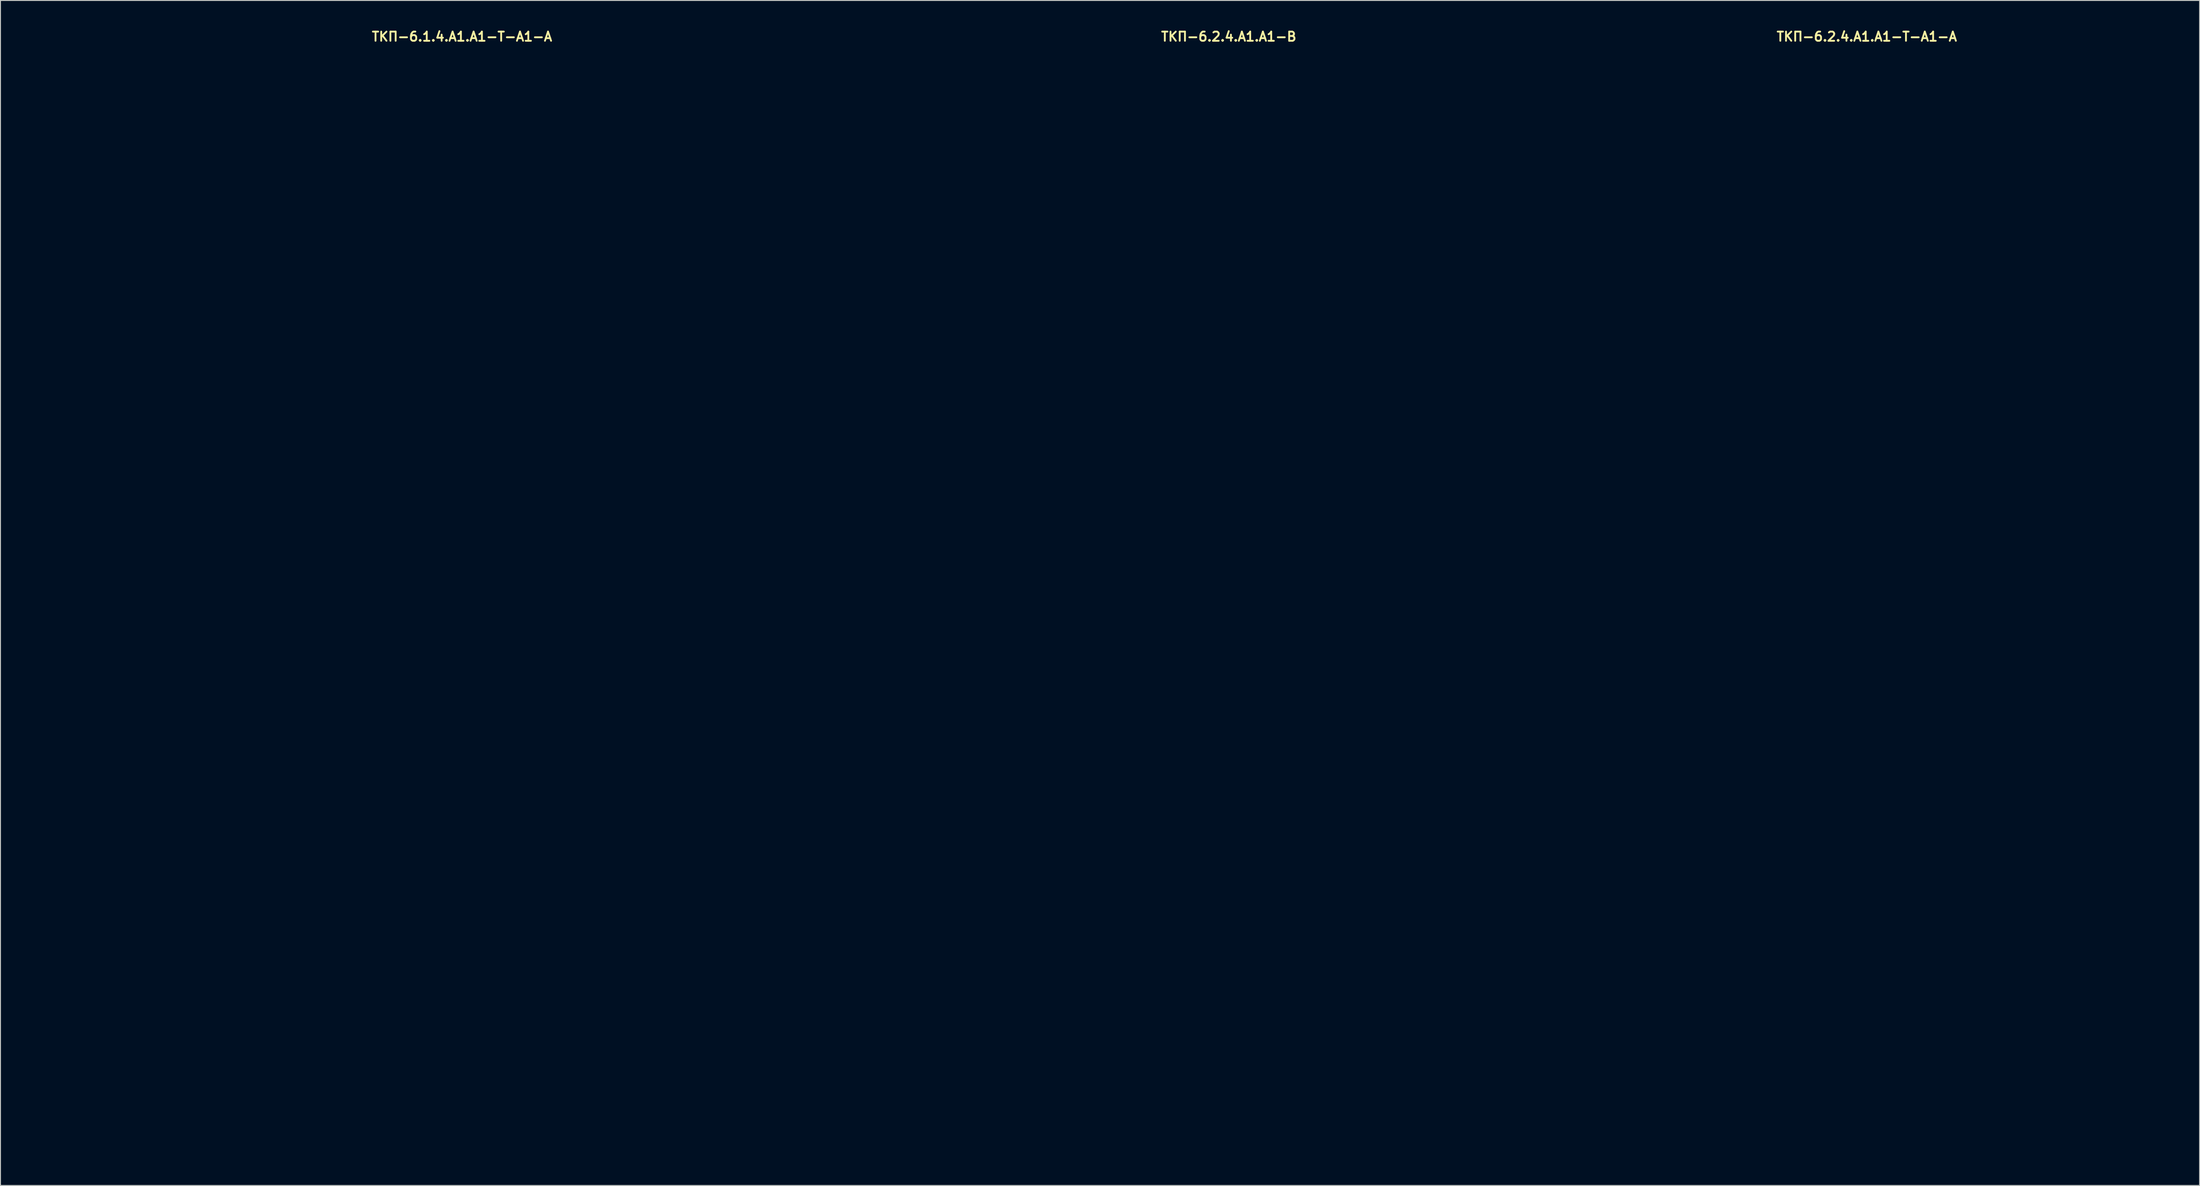
<source format=kicad_pcb>
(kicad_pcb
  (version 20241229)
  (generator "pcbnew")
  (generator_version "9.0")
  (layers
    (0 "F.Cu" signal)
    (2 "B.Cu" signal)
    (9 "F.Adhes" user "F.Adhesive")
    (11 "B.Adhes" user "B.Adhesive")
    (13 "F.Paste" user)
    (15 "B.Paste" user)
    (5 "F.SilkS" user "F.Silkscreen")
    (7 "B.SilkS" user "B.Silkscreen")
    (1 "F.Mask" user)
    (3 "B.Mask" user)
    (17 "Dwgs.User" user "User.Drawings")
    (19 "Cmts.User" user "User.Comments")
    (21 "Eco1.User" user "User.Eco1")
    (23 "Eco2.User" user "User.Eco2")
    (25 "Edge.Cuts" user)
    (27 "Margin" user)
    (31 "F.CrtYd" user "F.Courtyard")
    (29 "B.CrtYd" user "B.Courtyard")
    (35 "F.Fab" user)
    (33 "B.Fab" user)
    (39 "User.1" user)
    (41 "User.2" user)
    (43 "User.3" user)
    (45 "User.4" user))
  (footprint "ТКП-6.2.4.A1.A1-T-A1-A"
    (layer "F.Cu")
    (at 200 62.277)
    (property "Reference" "ТКП-6.2.4.A1.A1-T-A1-A" (at 0 -61.341 0) (layer "F.SilkS") (effects (font (size 1 1) (thickness 0.2))))
    (attr through_hole)
    (fp_line (start -33 -57.4) (end -33 57.4) (stroke (width 0.4) (type solid)) (layer "Eco1.User"))
    (fp_line (start -29.9 -60.5) (end 29.9 -60.5) (stroke (width 0.4) (type solid)) (layer "Eco1.User"))
    (fp_line (start -29.9 60.5) (end 29.9 60.5) (stroke (width 0.4) (type solid)) (layer "Eco1.User"))
    (fp_line (start 33 -57.4) (end 33 57.4) (stroke (width 0.4) (type solid)) (layer "Eco1.User"))
    (fp_arc (start -33 -57.4) (mid -32.092031 -59.592031) (end -29.9 -60.5) (stroke (width 0.4) (type solid)) (layer "Eco1.User"))
    (fp_arc (start -29.9 60.5) (mid -32.092031 59.592031) (end -33 57.4) (stroke (width 0.4) (type solid)) (layer "Eco1.User"))
    (fp_arc (start 29.9 -60.5) (mid 32.092031 -59.592031) (end 33 -57.4) (stroke (width 0.4) (type solid)) (layer "Eco1.User"))
    (fp_arc (start 33 57.4) (mid 32.092031 59.592031) (end 29.9 60.5) (stroke (width 0.4) (type solid)) (layer "Eco1.User"))
    (fp_circle (center -24.57 -52.07) (end -23.07 -52.07) (stroke (width 0.4) (type solid)) (fill no) (layer "Eco1.User"))
    (fp_circle (center -24.57 -52.07) (end -21.07 -52.07) (stroke (width 0.4) (type solid)) (fill no) (layer "Eco1.User"))
    (fp_circle (center -24.57 52.07) (end -23.07 52.07) (stroke (width 0.4) (type solid)) (fill no) (layer "Eco1.User"))
    (fp_circle (center -24.57 52.07) (end -21.07 52.07) (stroke (width 0.4) (type solid)) (fill no) (layer "Eco1.User"))
    (fp_circle (center -15.24 -31.55) (end -11.64 -31.55) (stroke (width 0.4) (type solid)) (fill no) (layer "Eco1.User"))
    (fp_circle (center -15.24 -31.55) (end -5.74 -31.55) (stroke (width 0.4) (type solid)) (fill no) (layer "Eco1.User"))
    (fp_circle (center -7.62 -1.27) (end -6.12 -1.27) (stroke (width 0.4) (type solid)) (fill no) (layer "Eco1.User"))
    (fp_circle (center -7.62 -1.27) (end -4.12 -1.27) (stroke (width 0.4) (type solid)) (fill no) (layer "Eco1.User"))
    (fp_circle (center 0 -1.27) (end 3 -1.27) (stroke (width 0.4) (type solid)) (fill no) (layer "Eco1.User"))
    (fp_circle (center 0 35.56) (end 6 35.56) (stroke (width 0.4) (type solid)) (fill no) (layer "Eco1.User"))
    (fp_circle (center 0 35.56) (end 9.75 35.56) (stroke (width 0.4) (type solid)) (fill no) (layer "Eco1.User"))
    (fp_circle (center 0 52.07) (end 2.65 52.07) (stroke (width 0.4) (type solid)) (fill no) (layer "Eco1.User"))
    (fp_circle (center 7.62 -1.27) (end 9.12 -1.27) (stroke (width 0.4) (type solid)) (fill no) (layer "Eco1.User"))
    (fp_circle (center 7.62 -1.27) (end 11.12 -1.27) (stroke (width 0.4) (type solid)) (fill no) (layer "Eco1.User"))
    (fp_circle (center 15.24 -31.55) (end 18.84 -31.55) (stroke (width 0.4) (type solid)) (fill no) (layer "Eco1.User"))
    (fp_circle (center 15.24 -31.55) (end 24.74 -31.55) (stroke (width 0.4) (type solid)) (fill no) (layer "Eco1.User"))
    (fp_circle (center 24.57 -52.07) (end 26.07 -52.07) (stroke (width 0.4) (type solid)) (fill no) (layer "Eco1.User"))
    (fp_circle (center 24.57 -52.07) (end 28.07 -52.07) (stroke (width 0.4) (type solid)) (fill no) (layer "Eco1.User"))
    (fp_circle (center 24.57 52.07) (end 26.07 52.07) (stroke (width 0.4) (type solid)) (fill no) (layer "Eco1.User"))
    (fp_circle (center 24.57 52.07) (end 28.07 52.07) (stroke (width 0.4) (type solid)) (fill no) (layer "Eco1.User")))
  (footprint "ТКП-6.2.4.A1.A1-B"
    (layer "F.Cu")
    (at 130.6 62.277)
    (property "Reference" "ТКП-6.2.4.A1.A1-B" (at 0 -61.341 0) (layer "F.SilkS") (effects (font (size 1 1) (thickness 0.2))))
    (attr through_hole)
    (fp_line (start -33 -57.4) (end -33 57.4) (stroke (width 0.4) (type solid)) (layer "Eco1.User"))
    (fp_line (start -29.9 -60.5) (end 29.9 -60.5) (stroke (width 0.4) (type solid)) (layer "Eco1.User"))
    (fp_line (start -29.9 60.5) (end 29.9 60.5) (stroke (width 0.4) (type solid)) (layer "Eco1.User"))
    (fp_line (start 33 -57.4) (end 33 57.4) (stroke (width 0.4) (type solid)) (layer "Eco1.User"))
    (fp_arc (start -33 -57.4) (mid -32.092031 -59.592031) (end -29.9 -60.5) (stroke (width 0.4) (type solid)) (layer "Eco1.User"))
    (fp_arc (start -29.9 60.5) (mid -32.092031 59.592031) (end -33 57.4) (stroke (width 0.4) (type solid)) (layer "Eco1.User"))
    (fp_arc (start 29.9 -60.5) (mid 32.092031 -59.592031) (end 33 -57.4) (stroke (width 0.4) (type solid)) (layer "Eco1.User"))
    (fp_arc (start 33 57.4) (mid 32.092031 59.592031) (end 29.9 60.5) (stroke (width 0.4) (type solid)) (layer "Eco1.User"))
    (fp_circle (center -24.57 -52.07) (end -23.07 -52.07) (stroke (width 0.4) (type solid)) (fill no) (layer "Eco1.User"))
    (fp_circle (center -24.57 52.07) (end -23.07 52.07) (stroke (width 0.4) (type solid)) (fill no) (layer "Eco1.User"))
    (fp_circle (center -15.24 -31.55) (end -11.64 -31.55) (stroke (width 0.4) (type solid)) (fill no) (layer "Eco1.User"))
    (fp_circle (center -7.62 -1.27) (end -6.12 -1.27) (stroke (width 0.4) (type solid)) (fill no) (layer "Eco1.User"))
    (fp_circle (center 0 -1.27) (end 3 -1.27) (stroke (width 0.4) (type solid)) (fill no) (layer "Eco1.User"))
    (fp_circle (center 0 35.56) (end 6 35.56) (stroke (width 0.4) (type solid)) (fill no) (layer "Eco1.User"))
    (fp_circle (center 0 52.07) (end 2.65 52.07) (stroke (width 0.4) (type solid)) (fill no) (layer "Eco1.User"))
    (fp_circle (center 7.62 -1.27) (end 9.12 -1.27) (stroke (width 0.4) (type solid)) (fill no) (layer "Eco1.User"))
    (fp_circle (center 15.24 -31.55) (end 18.84 -31.55) (stroke (width 0.4) (type solid)) (fill no) (layer "Eco1.User"))
    (fp_circle (center 24.57 -52.07) (end 26.07 -52.07) (stroke (width 0.4) (type solid)) (fill no) (layer "Eco1.User"))
    (fp_circle (center 24.57 52.07) (end 26.07 52.07) (stroke (width 0.4) (type solid)) (fill no) (layer "Eco1.User")))
  (footprint "ТКП-6.1.4.A1.A1-T-A1-A"
    (layer "F.Cu")
    (at 47.2 61.515)
    (property "Reference" "ТКП-6.1.4.A1.A1-T-A1-A" (at 0 -60.579 0) (layer "F.SilkS") (effects (font (size 1 1) (thickness 0.2))))
    (attr through_hole)
    (fp_line (start -47 -59.75) (end -47 59.75) (stroke (width 0.4) (type solid)) (layer "Eco1.User"))
    (fp_line (start -47 -59.75) (end 47 -59.75) (stroke (width 0.4) (type solid)) (layer "Eco1.User"))
    (fp_line (start -47 59.75) (end 47 59.75) (stroke (width 0.4) (type solid)) (layer "Eco1.User"))
    (fp_line (start -44.75 -57.5) (end -44.75 57.5) (stroke (width 0.4) (type solid)) (layer "Eco1.User"))
    (fp_line (start -44.75 -57.5) (end 44.75 -57.5) (stroke (width 0.4) (type solid)) (layer "Eco1.User"))
    (fp_line (start -44.75 57.5) (end 44.75 57.5) (stroke (width 0.4) (type solid)) (layer "Eco1.User"))
    (fp_line (start -41.5 17.54) (end 41.5 17.54) (stroke (width 0.4) (type solid)) (layer "Eco1.User"))
    (fp_line (start 44.75 -57.5) (end 44.75 57.5) (stroke (width 0.4) (type solid)) (layer "Eco1.User"))
    (fp_line (start 47 -59.75) (end 47 59.75) (stroke (width 0.4) (type solid)) (layer "Eco1.User"))
    (fp_arc (start -44.75 -54.25) (mid -43.798097 -56.548097) (end -41.5 -57.5) (stroke (width 0.4) (type solid)) (layer "Eco1.User"))
    (fp_arc (start -41.5 17.54) (mid -43.798097 16.588097) (end -44.75 14.29) (stroke (width 0.4) (type solid)) (layer "Eco1.User"))
    (fp_arc (start 41.5 -57.5) (mid 43.798097 -56.548097) (end 44.75 -54.25) (stroke (width 0.4) (type solid)) (layer "Eco1.User"))
    (fp_arc (start 44.75 14.29) (mid 43.798097 16.588097) (end 41.5 17.54) (stroke (width 0.4) (type solid)) (layer "Eco1.User"))
    (fp_circle (center -33.02 -31.55) (end -29.42 -31.55) (stroke (width 0.4) (type solid)) (fill no) (layer "Eco1.User"))
    (fp_circle (center -33.02 -31.55) (end -23.52 -31.55) (stroke (width 0.4) (type solid)) (fill no) (layer "Eco1.User"))
    (fp_circle (center -29.21 -52.07) (end -27.71 -52.07) (stroke (width 0.4) (type solid)) (fill no) (layer "Eco1.User"))
    (fp_circle (center -29.21 -52.07) (end -25.71 -52.07) (stroke (width 0.4) (type solid)) (fill no) (layer "Eco1.User"))
    (fp_circle (center -19.05 10.36) (end -17.55 10.36) (stroke (width 0.4) (type solid)) (fill no) (layer "Eco1.User"))
    (fp_circle (center -19.05 10.36) (end -15.55 10.36) (stroke (width 0.4) (type solid)) (fill no) (layer "Eco1.User"))
    (fp_circle (center -16.51 -10.16) (end -13.51 -10.16) (stroke (width 0.4) (type solid)) (fill no) (layer "Eco1.User"))
    (fp_circle (center -16.51 -10.16) (end -12.51 -10.16) (stroke (width 0.4) (type solid)) (fill no) (layer "Eco1.User"))
    (fp_circle (center -8.89 -52.07) (end -7.39 -52.07) (stroke (width 0.4) (type solid)) (fill no) (layer "Eco1.User"))
    (fp_circle (center -8.89 -52.07) (end -5.39 -52.07) (stroke (width 0.4) (type solid)) (fill no) (layer "Eco1.User"))
    (fp_circle (center 0 -31.55) (end 3.6 -31.55) (stroke (width 0.4) (type solid)) (fill no) (layer "Eco1.User"))
    (fp_circle (center 0 -31.55) (end 9.5 -31.55) (stroke (width 0.4) (type solid)) (fill no) (layer "Eco1.User"))
    (fp_circle (center 0 30.48) (end 2.65 30.48) (stroke (width 0.4) (type solid)) (fill no) (layer "Eco1.User"))
    (fp_circle (center 0 45.72) (end 6.5 45.72) (stroke (width 0.4) (type solid)) (fill no) (layer "Eco1.User"))
    (fp_circle (center 0 45.72) (end 9.75 45.72) (stroke (width 0.4) (type solid)) (fill no) (layer "Eco1.User"))
    (fp_circle (center 8.89 -52.07) (end 10.39 -52.07) (stroke (width 0.4) (type solid)) (fill no) (layer "Eco1.User"))
    (fp_circle (center 8.89 -52.07) (end 12.39 -52.07) (stroke (width 0.4) (type solid)) (fill no) (layer "Eco1.User"))
    (fp_circle (center 19.05 10.36) (end 20.55 10.36) (stroke (width 0.4) (type solid)) (fill no) (layer "Eco1.User"))
    (fp_circle (center 19.05 10.36) (end 22.55 10.36) (stroke (width 0.4) (type solid)) (fill no) (layer "Eco1.User"))
    (fp_circle (center 29.21 -52.07) (end 30.71 -52.07) (stroke (width 0.4) (type solid)) (fill no) (layer "Eco1.User"))
    (fp_circle (center 29.21 -52.07) (end 32.71 -52.07) (stroke (width 0.4) (type solid)) (fill no) (layer "Eco1.User"))
    (fp_circle (center 33.02 -31.55) (end 36.62 -31.55) (stroke (width 0.4) (type solid)) (fill no) (layer "Eco1.User"))
    (fp_circle (center 33.02 -31.55) (end 42.52 -31.55) (stroke (width 0.4) (type solid)) (fill no) (layer "Eco1.User")))
  (gr_rect
    (start -3 -3)
    (end 236.2 125.977)
    (stroke (width 0.1) (type default))
    (fill no)
    (layer "Edge.Cuts")))
</source>
